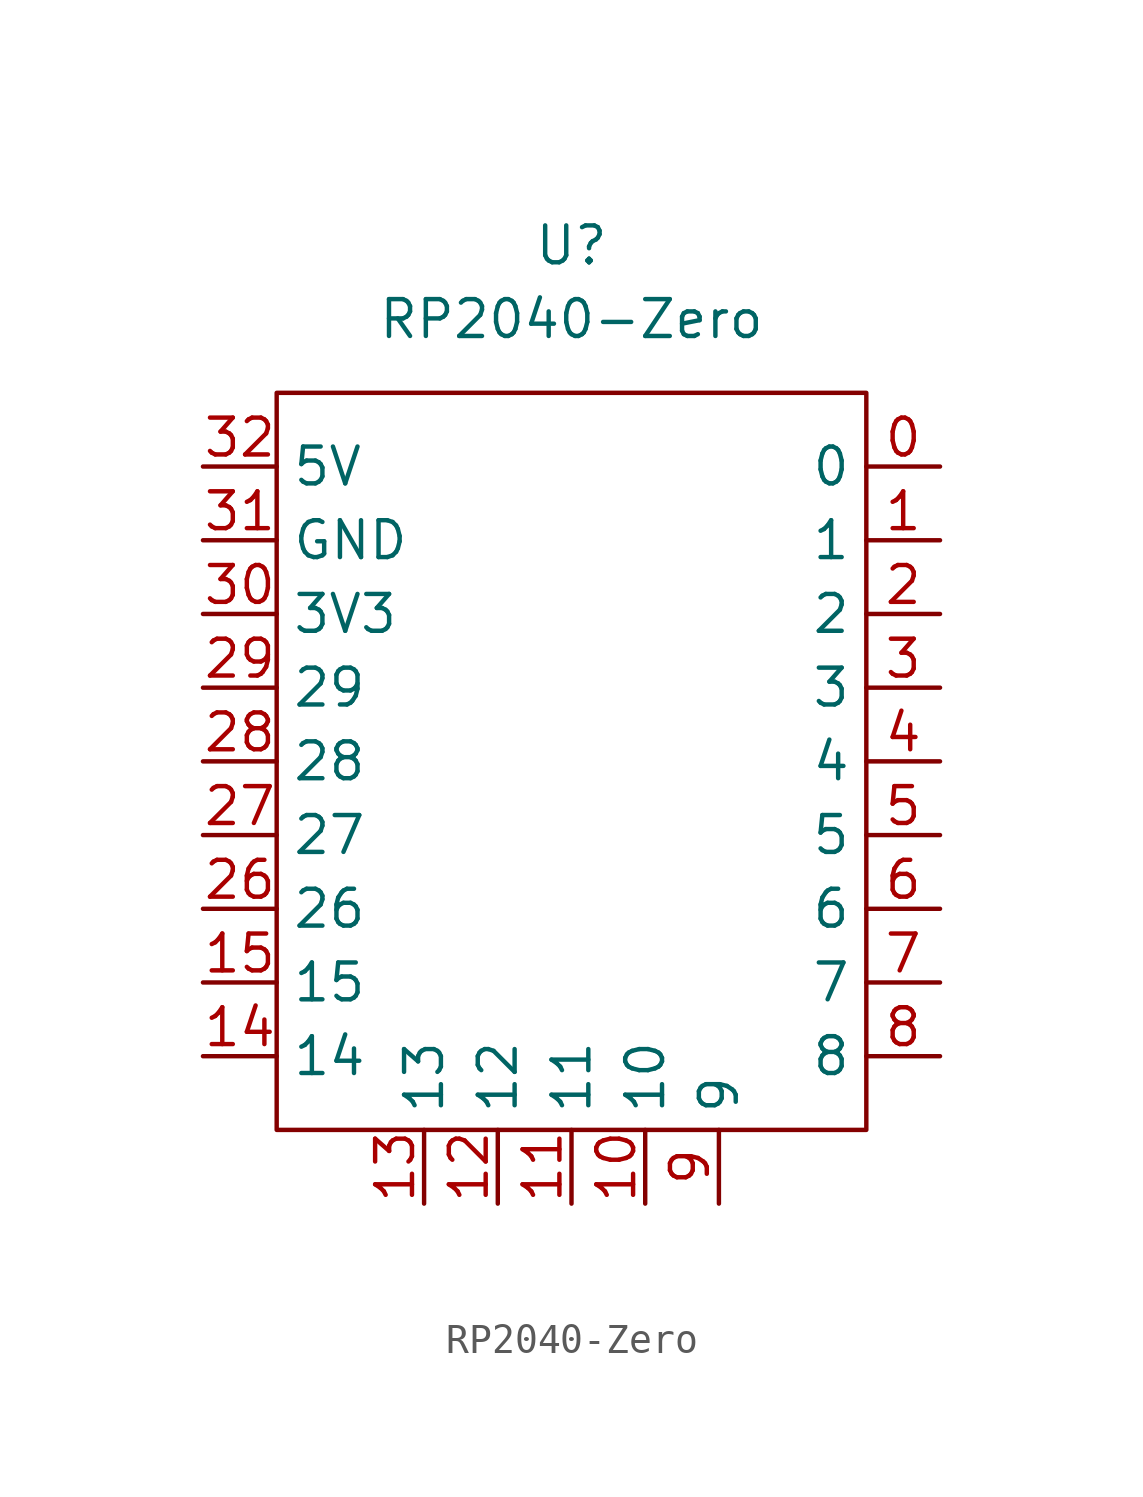
<source format=kicad_sym>
(kicad_symbol_lib
  (version 20220914)
  (generator kicad_symbol_editor)
  (symbol "RP2040-Zero"
    (property "Reference" "U"
      (at 0 2.54 0)
      (effects (font (size 1.27 1.27))))
    (property "Value" "RP2040-Zero"
      (at 0 0 0)
      (effects (font (size 1.27 1.27))))
    (symbol "RP2040-Zero_0_1"
      (rectangle (start -10.16 -2.54) (end 10.16 -27.94) (stroke (width 0) (type default)) (fill (type none))))
    (symbol "RP2040-Zero_1_1"
      (pin bidirectional line (at 12.7 -5.08 180) (length 2.54) (name "0" (effects (font (size 1.27 1.27)))) (number "0" (effects (font (size 1.27 1.27)))))
      (pin bidirectional line (at 12.7 -7.62 180) (length 2.54) (name "1" (effects (font (size 1.27 1.27)))) (number "1" (effects (font (size 1.27 1.27)))))
      (pin bidirectional line (at 2.54 -30.48 90) (length 2.54) (name "10" (effects (font (size 1.27 1.27)))) (number "10" (effects (font (size 1.27 1.27)))))
      (pin bidirectional line (at 0 -30.48 90) (length 2.54) (name "11" (effects (font (size 1.27 1.27)))) (number "11" (effects (font (size 1.27 1.27)))))
      (pin bidirectional line (at -2.54 -30.48 90) (length 2.54) (name "12" (effects (font (size 1.27 1.27)))) (number "12" (effects (font (size 1.27 1.27)))))
      (pin bidirectional line (at -5.08 -30.48 90) (length 2.54) (name "13" (effects (font (size 1.27 1.27)))) (number "13" (effects (font (size 1.27 1.27)))))
      (pin bidirectional line (at -12.7 -25.4 0) (length 2.54) (name "14" (effects (font (size 1.27 1.27)))) (number "14" (effects (font (size 1.27 1.27)))))
      (pin bidirectional line (at -12.7 -22.86 0) (length 2.54) (name "15" (effects (font (size 1.27 1.27)))) (number "15" (effects (font (size 1.27 1.27)))))
      (pin bidirectional line (at 12.7 -10.16 180) (length 2.54) (name "2" (effects (font (size 1.27 1.27)))) (number "2" (effects (font (size 1.27 1.27)))))
      (pin bidirectional line (at -12.7 -20.32 0) (length 2.54) (name "26" (effects (font (size 1.27 1.27)))) (number "26" (effects (font (size 1.27 1.27)))))
      (pin bidirectional line (at -12.7 -17.78 0) (length 2.54) (name "27" (effects (font (size 1.27 1.27)))) (number "27" (effects (font (size 1.27 1.27)))))
      (pin bidirectional line (at -12.7 -15.24 0) (length 2.54) (name "28" (effects (font (size 1.27 1.27)))) (number "28" (effects (font (size 1.27 1.27)))))
      (pin bidirectional line (at -12.7 -12.7 0) (length 2.54) (name "29" (effects (font (size 1.27 1.27)))) (number "29" (effects (font (size 1.27 1.27)))))
      (pin bidirectional line (at 12.7 -12.7 180) (length 2.54) (name "3" (effects (font (size 1.27 1.27)))) (number "3" (effects (font (size 1.27 1.27)))))
      (pin power_out line (at -12.7 -10.16 0) (length 2.54) (name "3V3" (effects (font (size 1.27 1.27)))) (number "30" (effects (font (size 1.27 1.27)))))
      (pin power_in line (at -12.7 -7.62 0) (length 2.54) (name "GND" (effects (font (size 1.27 1.27)))) (number "31" (effects (font (size 1.27 1.27)))))
      (pin power_out line (at -12.7 -5.08 0) (length 2.54) (name "5V" (effects (font (size 1.27 1.27)))) (number "32" (effects (font (size 1.27 1.27)))))
      (pin bidirectional line (at 12.7 -15.24 180) (length 2.54) (name "4" (effects (font (size 1.27 1.27)))) (number "4" (effects (font (size 1.27 1.27)))))
      (pin bidirectional line (at 12.7 -17.78 180) (length 2.54) (name "5" (effects (font (size 1.27 1.27)))) (number "5" (effects (font (size 1.27 1.27)))))
      (pin bidirectional line (at 12.7 -20.32 180) (length 2.54) (name "6" (effects (font (size 1.27 1.27)))) (number "6" (effects (font (size 1.27 1.27)))))
      (pin bidirectional line (at 12.7 -22.86 180) (length 2.54) (name "7" (effects (font (size 1.27 1.27)))) (number "7" (effects (font (size 1.27 1.27)))))
      (pin bidirectional line (at 12.7 -25.4 180) (length 2.54) (name "8" (effects (font (size 1.27 1.27)))) (number "8" (effects (font (size 1.27 1.27)))))
      (pin bidirectional line (at 5.08 -30.48 90) (length 2.54) (name "9" (effects (font (size 1.27 1.27)))) (number "9" (effects (font (size 1.27 1.27))))))))
</source>
